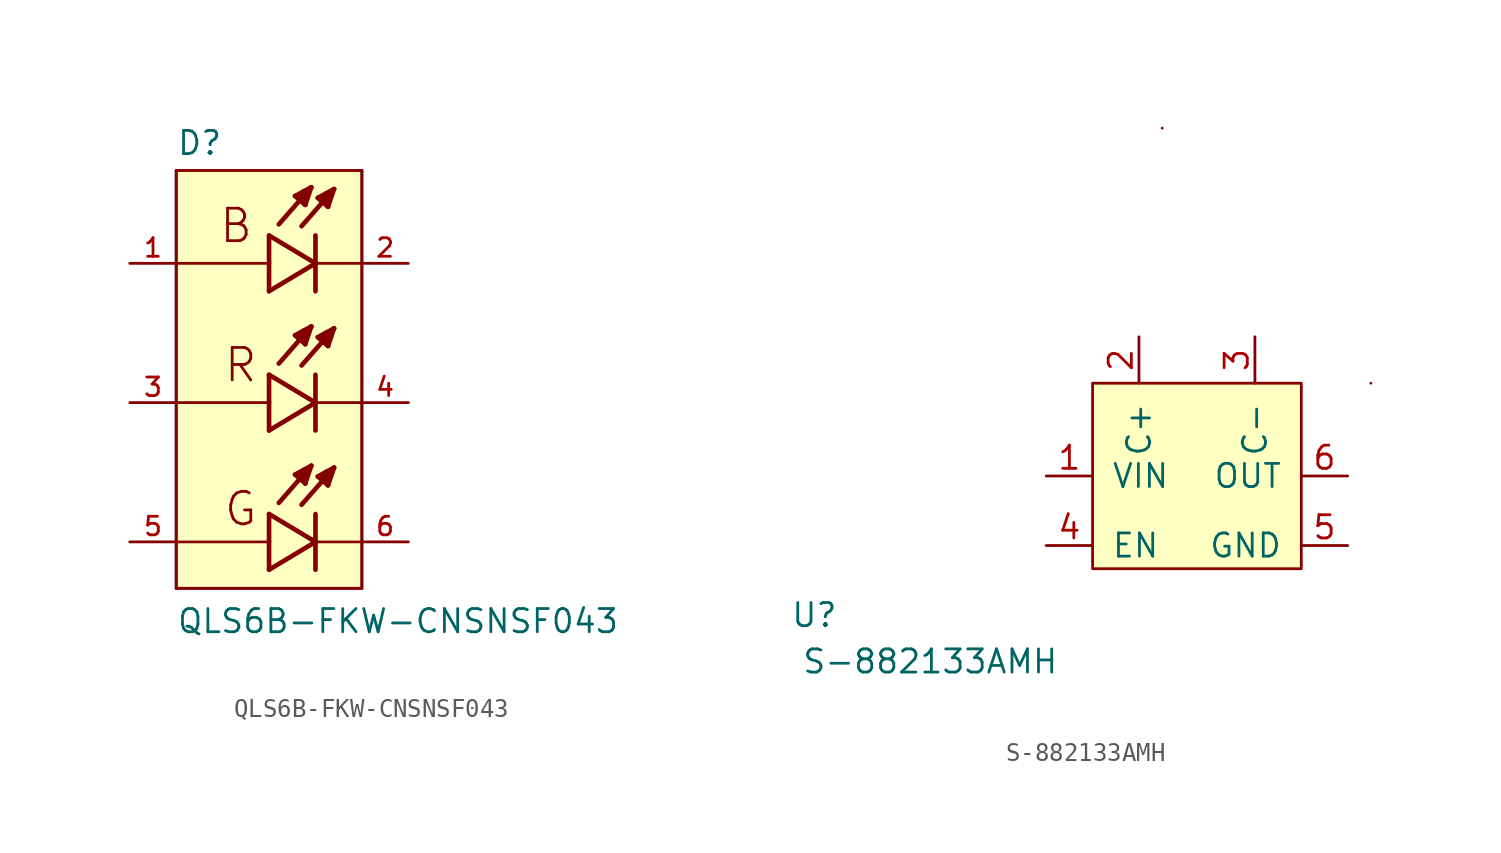
<source format=kicad_sym>
(kicad_symbol_lib
  (version 20220914)
  (generator kicad_symbol_editor)
  (symbol "QLS6B-FKW-CNSNSF043"
    (pin_names
      (offset 1.016) hide)
    (property "Reference" "D"
      (at -5.08 13.462 0)
      (effects (font (size 1.27 1.27)) (justify left bottom)))
    (property "Value" "QLS6B-FKW-CNSNSF043"
      (at -5.08 -12.7 0)
      (effects (font (size 1.27 1.27)) (justify left bottom)))
    (property "ki_locked" ""
      (at 0 0 0)
      (effects (font (size 1.27 1.27))))
    (symbol "QLS6B-FKW-CNSNSF043_0_0"
      (polyline (pts (xy -5.08 -10.16) (xy -5.08 12.7)) (stroke (width 0.152) (type solid)) (fill (type none)))
      (polyline (pts (xy -5.08 12.7) (xy 5.08 12.7)) (stroke (width 0.152) (type solid)) (fill (type none)))
      (polyline (pts (xy 0 -9.144) (xy 2.54 -7.62)) (stroke (width 0.254) (type solid)) (fill (type none)))
      (polyline (pts (xy 0 -7.62) (xy -5.08 -7.62)) (stroke (width 0.152) (type solid)) (fill (type none)))
      (polyline (pts (xy 0 -7.62) (xy 0 -9.144)) (stroke (width 0.254) (type solid)) (fill (type none)))
      (polyline (pts (xy 0 -6.096) (xy 0 -7.62)) (stroke (width 0.254) (type solid)) (fill (type none)))
      (polyline (pts (xy 0 -1.524) (xy 2.54 0)) (stroke (width 0.254) (type solid)) (fill (type none)))
      (polyline (pts (xy 0 0) (xy -5.08 0)) (stroke (width 0.152) (type solid)) (fill (type none)))
      (polyline (pts (xy 0 0) (xy 0 -1.524)) (stroke (width 0.254) (type solid)) (fill (type none)))
      (polyline (pts (xy 0 1.524) (xy 0 0)) (stroke (width 0.254) (type solid)) (fill (type none)))
      (polyline (pts (xy 0 6.096) (xy 2.54 7.62)) (stroke (width 0.254) (type solid)) (fill (type none)))
      (polyline (pts (xy 0 7.62) (xy -5.08 7.62)) (stroke (width 0.152) (type solid)) (fill (type none)))
      (polyline (pts (xy 0 7.62) (xy 0 6.096)) (stroke (width 0.254) (type solid)) (fill (type none)))
      (polyline (pts (xy 0 9.144) (xy 0 7.62)) (stroke (width 0.254) (type solid)) (fill (type none)))
      (polyline (pts (xy 1.422 -3.937) (xy 2.311 -3.454)) (stroke (width 0.254) (type solid)) (fill (type none)))
      (polyline (pts (xy 1.422 3.683) (xy 2.311 4.166)) (stroke (width 0.254) (type solid)) (fill (type none)))
      (polyline (pts (xy 1.422 11.303) (xy 2.311 11.786)) (stroke (width 0.254) (type solid)) (fill (type none)))
      (polyline (pts (xy 1.6 -4.013) (xy 1.829 -3.861)) (stroke (width 0.254) (type solid)) (fill (type none)))
      (polyline (pts (xy 1.6 3.607) (xy 1.829 3.759)) (stroke (width 0.254) (type solid)) (fill (type none)))
      (polyline (pts (xy 1.6 11.227) (xy 1.829 11.379)) (stroke (width 0.254) (type solid)) (fill (type none)))
      (polyline (pts (xy 1.981 -4.42) (xy 1.422 -3.937)) (stroke (width 0.254) (type solid)) (fill (type none)))
      (polyline (pts (xy 1.981 -4.42) (xy 2.007 -3.683)) (stroke (width 0.254) (type solid)) (fill (type none)))
      (polyline (pts (xy 1.981 3.2) (xy 1.422 3.683)) (stroke (width 0.254) (type solid)) (fill (type none)))
      (polyline (pts (xy 1.981 3.2) (xy 2.007 3.937)) (stroke (width 0.254) (type solid)) (fill (type none)))
      (polyline (pts (xy 1.981 10.82) (xy 1.422 11.303)) (stroke (width 0.254) (type solid)) (fill (type none)))
      (polyline (pts (xy 1.981 10.82) (xy 2.007 11.557)) (stroke (width 0.254) (type solid)) (fill (type none)))
      (polyline (pts (xy 2.007 -3.683) (xy 1.88 -3.683)) (stroke (width 0.254) (type solid)) (fill (type none)))
      (polyline (pts (xy 2.007 3.937) (xy 1.88 3.937)) (stroke (width 0.254) (type solid)) (fill (type none)))
      (polyline (pts (xy 2.007 11.557) (xy 1.88 11.557)) (stroke (width 0.254) (type solid)) (fill (type none)))
      (polyline (pts (xy 2.311 -3.454) (xy 0.533 -5.486)) (stroke (width 0.254) (type solid)) (fill (type none)))
      (polyline (pts (xy 2.311 -3.454) (xy 1.981 -4.42)) (stroke (width 0.254) (type solid)) (fill (type none)))
      (polyline (pts (xy 2.311 4.166) (xy 0.533 2.134)) (stroke (width 0.254) (type solid)) (fill (type none)))
      (polyline (pts (xy 2.311 4.166) (xy 1.981 3.2)) (stroke (width 0.254) (type solid)) (fill (type none)))
      (polyline (pts (xy 2.311 11.786) (xy 0.533 9.754)) (stroke (width 0.254) (type solid)) (fill (type none)))
      (polyline (pts (xy 2.311 11.786) (xy 1.981 10.82)) (stroke (width 0.254) (type solid)) (fill (type none)))
      (polyline (pts (xy 2.54 -7.62) (xy 0 -6.096)) (stroke (width 0.254) (type solid)) (fill (type none)))
      (polyline (pts (xy 2.54 -6.096) (xy 2.54 -9.144)) (stroke (width 0.254) (type solid)) (fill (type none)))
      (polyline (pts (xy 2.54 0) (xy 0 1.524)) (stroke (width 0.254) (type solid)) (fill (type none)))
      (polyline (pts (xy 2.54 1.524) (xy 2.54 -1.524)) (stroke (width 0.254) (type solid)) (fill (type none)))
      (polyline (pts (xy 2.54 7.62) (xy 0 9.144)) (stroke (width 0.254) (type solid)) (fill (type none)))
      (polyline (pts (xy 2.54 9.144) (xy 2.54 6.096)) (stroke (width 0.254) (type solid)) (fill (type none)))
      (polyline (pts (xy 2.667 -4.039) (xy 3.556 -3.556)) (stroke (width 0.254) (type solid)) (fill (type none)))
      (polyline (pts (xy 2.667 3.581) (xy 3.556 4.064)) (stroke (width 0.254) (type solid)) (fill (type none)))
      (polyline (pts (xy 2.667 11.201) (xy 3.556 11.684)) (stroke (width 0.254) (type solid)) (fill (type none)))
      (polyline (pts (xy 2.845 -4.115) (xy 3.073 -3.962)) (stroke (width 0.254) (type solid)) (fill (type none)))
      (polyline (pts (xy 2.845 3.505) (xy 3.073 3.658)) (stroke (width 0.254) (type solid)) (fill (type none)))
      (polyline (pts (xy 2.845 11.125) (xy 3.073 11.278)) (stroke (width 0.254) (type solid)) (fill (type none)))
      (polyline (pts (xy 3.226 -4.521) (xy 2.667 -4.039)) (stroke (width 0.254) (type solid)) (fill (type none)))
      (polyline (pts (xy 3.226 -4.521) (xy 3.251 -3.785)) (stroke (width 0.254) (type solid)) (fill (type none)))
      (polyline (pts (xy 3.226 3.099) (xy 2.667 3.581)) (stroke (width 0.254) (type solid)) (fill (type none)))
      (polyline (pts (xy 3.226 3.099) (xy 3.251 3.835)) (stroke (width 0.254) (type solid)) (fill (type none)))
      (polyline (pts (xy 3.226 10.719) (xy 2.667 11.201)) (stroke (width 0.254) (type solid)) (fill (type none)))
      (polyline (pts (xy 3.226 10.719) (xy 3.251 11.455)) (stroke (width 0.254) (type solid)) (fill (type none)))
      (polyline (pts (xy 3.251 -3.785) (xy 3.124 -3.785)) (stroke (width 0.254) (type solid)) (fill (type none)))
      (polyline (pts (xy 3.251 3.835) (xy 3.124 3.835)) (stroke (width 0.254) (type solid)) (fill (type none)))
      (polyline (pts (xy 3.251 11.455) (xy 3.124 11.455)) (stroke (width 0.254) (type solid)) (fill (type none)))
      (polyline (pts (xy 3.556 -3.556) (xy 1.778 -5.588)) (stroke (width 0.254) (type solid)) (fill (type none)))
      (polyline (pts (xy 3.556 -3.556) (xy 3.226 -4.521)) (stroke (width 0.254) (type solid)) (fill (type none)))
      (polyline (pts (xy 3.556 4.064) (xy 1.778 2.032)) (stroke (width 0.254) (type solid)) (fill (type none)))
      (polyline (pts (xy 3.556 4.064) (xy 3.226 3.099)) (stroke (width 0.254) (type solid)) (fill (type none)))
      (polyline (pts (xy 3.556 11.684) (xy 1.778 9.652)) (stroke (width 0.254) (type solid)) (fill (type none)))
      (polyline (pts (xy 3.556 11.684) (xy 3.226 10.719)) (stroke (width 0.254) (type solid)) (fill (type none)))
      (polyline (pts (xy 5.08 -10.16) (xy -5.08 -10.16)) (stroke (width 0.152) (type solid)) (fill (type none)))
      (polyline (pts (xy 5.08 -7.62) (xy 2.54 -7.62)) (stroke (width 0.152) (type solid)) (fill (type none)))
      (polyline (pts (xy 5.08 0) (xy 2.54 0)) (stroke (width 0.152) (type solid)) (fill (type none)))
      (polyline (pts (xy 5.08 7.62) (xy 2.54 7.62)) (stroke (width 0.152) (type solid)) (fill (type none)))
      (polyline (pts (xy 5.08 12.7) (xy 5.08 -10.16)) (stroke (width 0.152) (type solid)) (fill (type none)))
      (text "B" (at -2.794 8.636 0) (effects (font (size 1.778 1.778)) (justify left bottom)))
      (text "G" (at -2.54 -6.858 0) (effects (font (size 1.778 1.778)) (justify left bottom)))
      (text "R" (at -2.54 1.016 0) (effects (font (size 1.778 1.778)) (justify left bottom)))
      (pin passive line (at -7.62 7.62 0) (length 2.54) (name "BLUE_ANODE" (effects (font (size 1.016 1.016)))) (number "1" (effects (font (size 1.016 1.016)))))
      (pin passive line (at 7.62 7.62 180) (length 2.54) (name "BLUE_CATHODE" (effects (font (size 1.016 1.016)))) (number "2" (effects (font (size 1.016 1.016)))))
      (pin passive line (at -7.62 0 0) (length 2.54) (name "RED_ANODE" (effects (font (size 1.016 1.016)))) (number "3" (effects (font (size 1.016 1.016)))))
      (pin passive line (at 7.62 0 180) (length 2.54) (name "RED_CATHODE" (effects (font (size 1.016 1.016)))) (number "4" (effects (font (size 1.016 1.016)))))
      (pin passive line (at -7.62 -7.62 0) (length 2.54) (name "GREEN_ANODE" (effects (font (size 1.016 1.016)))) (number "5" (effects (font (size 1.016 1.016)))))
      (pin passive line (at 7.62 -7.62 180) (length 2.54) (name "GREEN_CATHODE" (effects (font (size 1.016 1.016)))) (number "6" (effects (font (size 1.016 1.016))))))
    (symbol "QLS6B-FKW-CNSNSF043_1_1"
      (rectangle (start -5.08 -10.16) (end 5.08 12.7) (stroke (width 0) (type solid)) (fill (type background)))))
  (symbol "S-882133AMH"
    (pin_names
      (offset 1.016))
    (property "Reference" "U"
      (at -15.24 -2.54 0)
      (effects (font (size 1.27 1.27))))
    (property "Value" "S-882133AMH"
      (at -8.89 -5.08 0)
      (effects (font (size 1.27 1.27))))
    (symbol "S-882133AMH_0_1"
      (rectangle (start 0 0) (end 11.43 10.16) (stroke (width 0) (type solid)) (fill (type background)))
      (rectangle (start 3.81 24.13) (end 3.81 24.13) (stroke (width 0) (type solid)) (fill (type none)))
      (rectangle (start 15.24 10.16) (end 15.24 10.16) (stroke (width 0) (type solid)) (fill (type none))))
    (symbol "S-882133AMH_1_1"
      (pin input line (at -2.54 5.08 0) (length 2.54) (name "VIN" (effects (font (size 1.27 1.27)))) (number "1" (effects (font (size 1.27 1.27)))))
      (pin input line (at 2.54 12.7 270) (length 2.54) (name "C+" (effects (font (size 1.27 1.27)))) (number "2" (effects (font (size 1.27 1.27)))))
      (pin input line (at 8.89 12.7 270) (length 2.54) (name "C-" (effects (font (size 1.27 1.27)))) (number "3" (effects (font (size 1.27 1.27)))))
      (pin input line (at -2.54 1.27 0) (length 2.54) (name "EN" (effects (font (size 1.27 1.27)))) (number "4" (effects (font (size 1.27 1.27)))))
      (pin input line (at 13.97 1.27 180) (length 2.54) (name "GND" (effects (font (size 1.27 1.27)))) (number "5" (effects (font (size 1.27 1.27)))))
      (pin input line (at 13.97 5.08 180) (length 2.54) (name "OUT" (effects (font (size 1.27 1.27)))) (number "6" (effects (font (size 1.27 1.27))))))))
</source>
